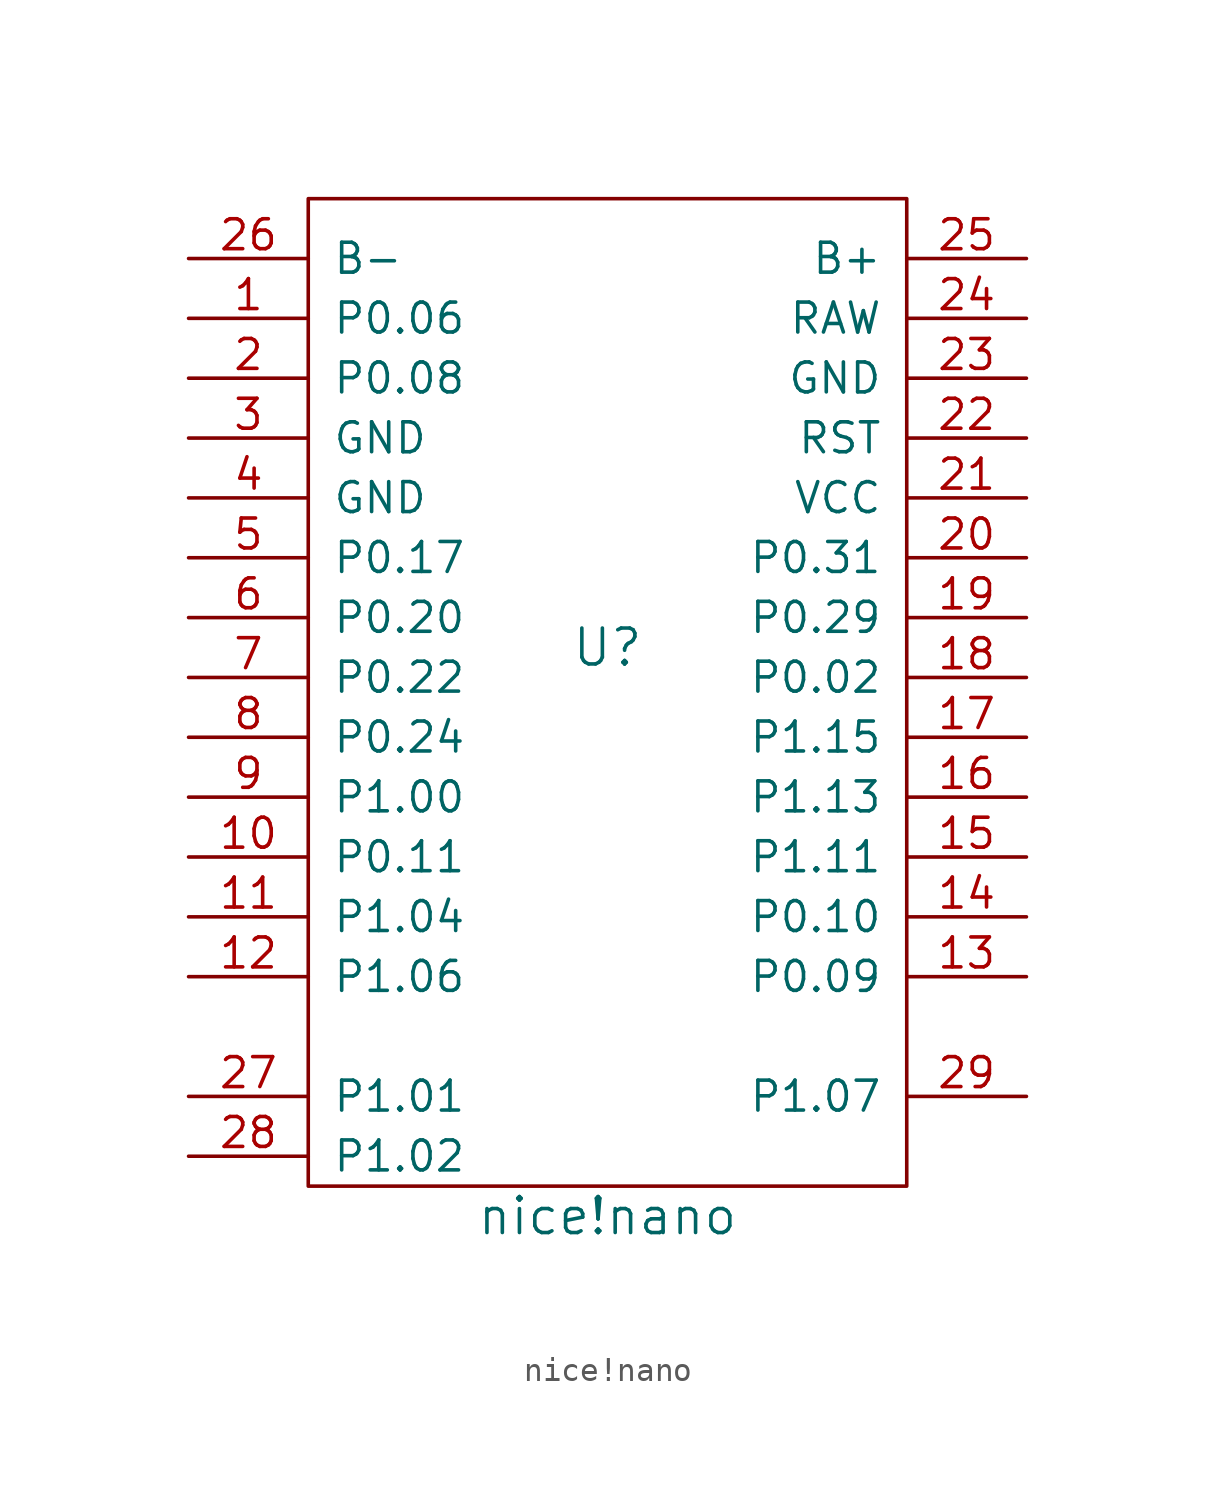
<source format=kicad_sym>
(kicad_symbol_lib
  (version 20211014)
  (generator kicad_symbol_editor)
  (symbol "nice!nano"
    (pin_names
      (offset 1.016))
    (property "Reference" "U"
      (at 0 0 0)
      (effects (font (size 1.524 1.524))))
    (property "Value" "nice!nano"
      (at 0 -24.13 0)
      (effects (font (size 1.524 1.524))))
    (symbol "nice!nano_0_1"
      (rectangle (start -12.7 -22.86) (end 12.7 19.05) (stroke (width 0) (type default) (color 0 0 0 0)) (fill (type none))))
    (symbol "nice!nano_1_1"
      (pin input line (at -17.78 13.97 0) (length 5.08) (name "P0.06" (effects (font (size 1.27 1.27)))) (number "1" (effects (font (size 1.27 1.27)))))
      (pin input line (at -17.78 -8.89 0) (length 5.08) (name "P0.11" (effects (font (size 1.27 1.27)))) (number "10" (effects (font (size 1.27 1.27)))))
      (pin input line (at -17.78 -11.43 0) (length 5.08) (name "P1.04" (effects (font (size 1.27 1.27)))) (number "11" (effects (font (size 1.27 1.27)))))
      (pin input line (at -17.78 -13.97 0) (length 5.08) (name "P1.06" (effects (font (size 1.27 1.27)))) (number "12" (effects (font (size 1.27 1.27)))))
      (pin input line (at 17.78 -13.97 180) (length 5.08) (name "P0.09" (effects (font (size 1.27 1.27)))) (number "13" (effects (font (size 1.27 1.27)))))
      (pin input line (at 17.78 -11.43 180) (length 5.08) (name "P0.10" (effects (font (size 1.27 1.27)))) (number "14" (effects (font (size 1.27 1.27)))))
      (pin input line (at 17.78 -8.89 180) (length 5.08) (name "P1.11" (effects (font (size 1.27 1.27)))) (number "15" (effects (font (size 1.27 1.27)))))
      (pin input line (at 17.78 -6.35 180) (length 5.08) (name "P1.13" (effects (font (size 1.27 1.27)))) (number "16" (effects (font (size 1.27 1.27)))))
      (pin input line (at 17.78 -3.81 180) (length 5.08) (name "P1.15" (effects (font (size 1.27 1.27)))) (number "17" (effects (font (size 1.27 1.27)))))
      (pin input line (at 17.78 -1.27 180) (length 5.08) (name "P0.02" (effects (font (size 1.27 1.27)))) (number "18" (effects (font (size 1.27 1.27)))))
      (pin input line (at 17.78 1.27 180) (length 5.08) (name "P0.29" (effects (font (size 1.27 1.27)))) (number "19" (effects (font (size 1.27 1.27)))))
      (pin input line (at -17.78 11.43 0) (length 5.08) (name "P0.08" (effects (font (size 1.27 1.27)))) (number "2" (effects (font (size 1.27 1.27)))))
      (pin input line (at 17.78 3.81 180) (length 5.08) (name "P0.31" (effects (font (size 1.27 1.27)))) (number "20" (effects (font (size 1.27 1.27)))))
      (pin input line (at 17.78 6.35 180) (length 5.08) (name "VCC" (effects (font (size 1.27 1.27)))) (number "21" (effects (font (size 1.27 1.27)))))
      (pin input line (at 17.78 8.89 180) (length 5.08) (name "RST" (effects (font (size 1.27 1.27)))) (number "22" (effects (font (size 1.27 1.27)))))
      (pin input line (at 17.78 11.43 180) (length 5.08) (name "GND" (effects (font (size 1.27 1.27)))) (number "23" (effects (font (size 1.27 1.27)))))
      (pin input line (at 17.78 13.97 180) (length 5.08) (name "RAW" (effects (font (size 1.27 1.27)))) (number "24" (effects (font (size 1.27 1.27)))))
      (pin input line (at 17.78 16.51 180) (length 5.08) (name "B+" (effects (font (size 1.27 1.27)))) (number "25" (effects (font (size 1.27 1.27)))))
      (pin input line (at -17.78 16.51 0) (length 5.08) (name "B-" (effects (font (size 1.27 1.27)))) (number "26" (effects (font (size 1.27 1.27)))))
      (pin input line (at -17.78 -19.05 0) (length 5.08) (name "P1.01" (effects (font (size 1.27 1.27)))) (number "27" (effects (font (size 1.27 1.27)))))
      (pin input line (at -17.78 -21.59 0) (length 5.08) (name "P1.02" (effects (font (size 1.27 1.27)))) (number "28" (effects (font (size 1.27 1.27)))))
      (pin input line (at 17.78 -19.05 180) (length 5.08) (name "P1.07" (effects (font (size 1.27 1.27)))) (number "29" (effects (font (size 1.27 1.27)))))
      (pin input line (at -17.78 8.89 0) (length 5.08) (name "GND" (effects (font (size 1.27 1.27)))) (number "3" (effects (font (size 1.27 1.27)))))
      (pin input line (at -17.78 6.35 0) (length 5.08) (name "GND" (effects (font (size 1.27 1.27)))) (number "4" (effects (font (size 1.27 1.27)))))
      (pin input line (at -17.78 3.81 0) (length 5.08) (name "P0.17" (effects (font (size 1.27 1.27)))) (number "5" (effects (font (size 1.27 1.27)))))
      (pin input line (at -17.78 1.27 0) (length 5.08) (name "P0.20" (effects (font (size 1.27 1.27)))) (number "6" (effects (font (size 1.27 1.27)))))
      (pin input line (at -17.78 -1.27 0) (length 5.08) (name "P0.22" (effects (font (size 1.27 1.27)))) (number "7" (effects (font (size 1.27 1.27)))))
      (pin input line (at -17.78 -3.81 0) (length 5.08) (name "P0.24" (effects (font (size 1.27 1.27)))) (number "8" (effects (font (size 1.27 1.27)))))
      (pin input line (at -17.78 -6.35 0) (length 5.08) (name "P1.00" (effects (font (size 1.27 1.27)))) (number "9" (effects (font (size 1.27 1.27))))))))
</source>
